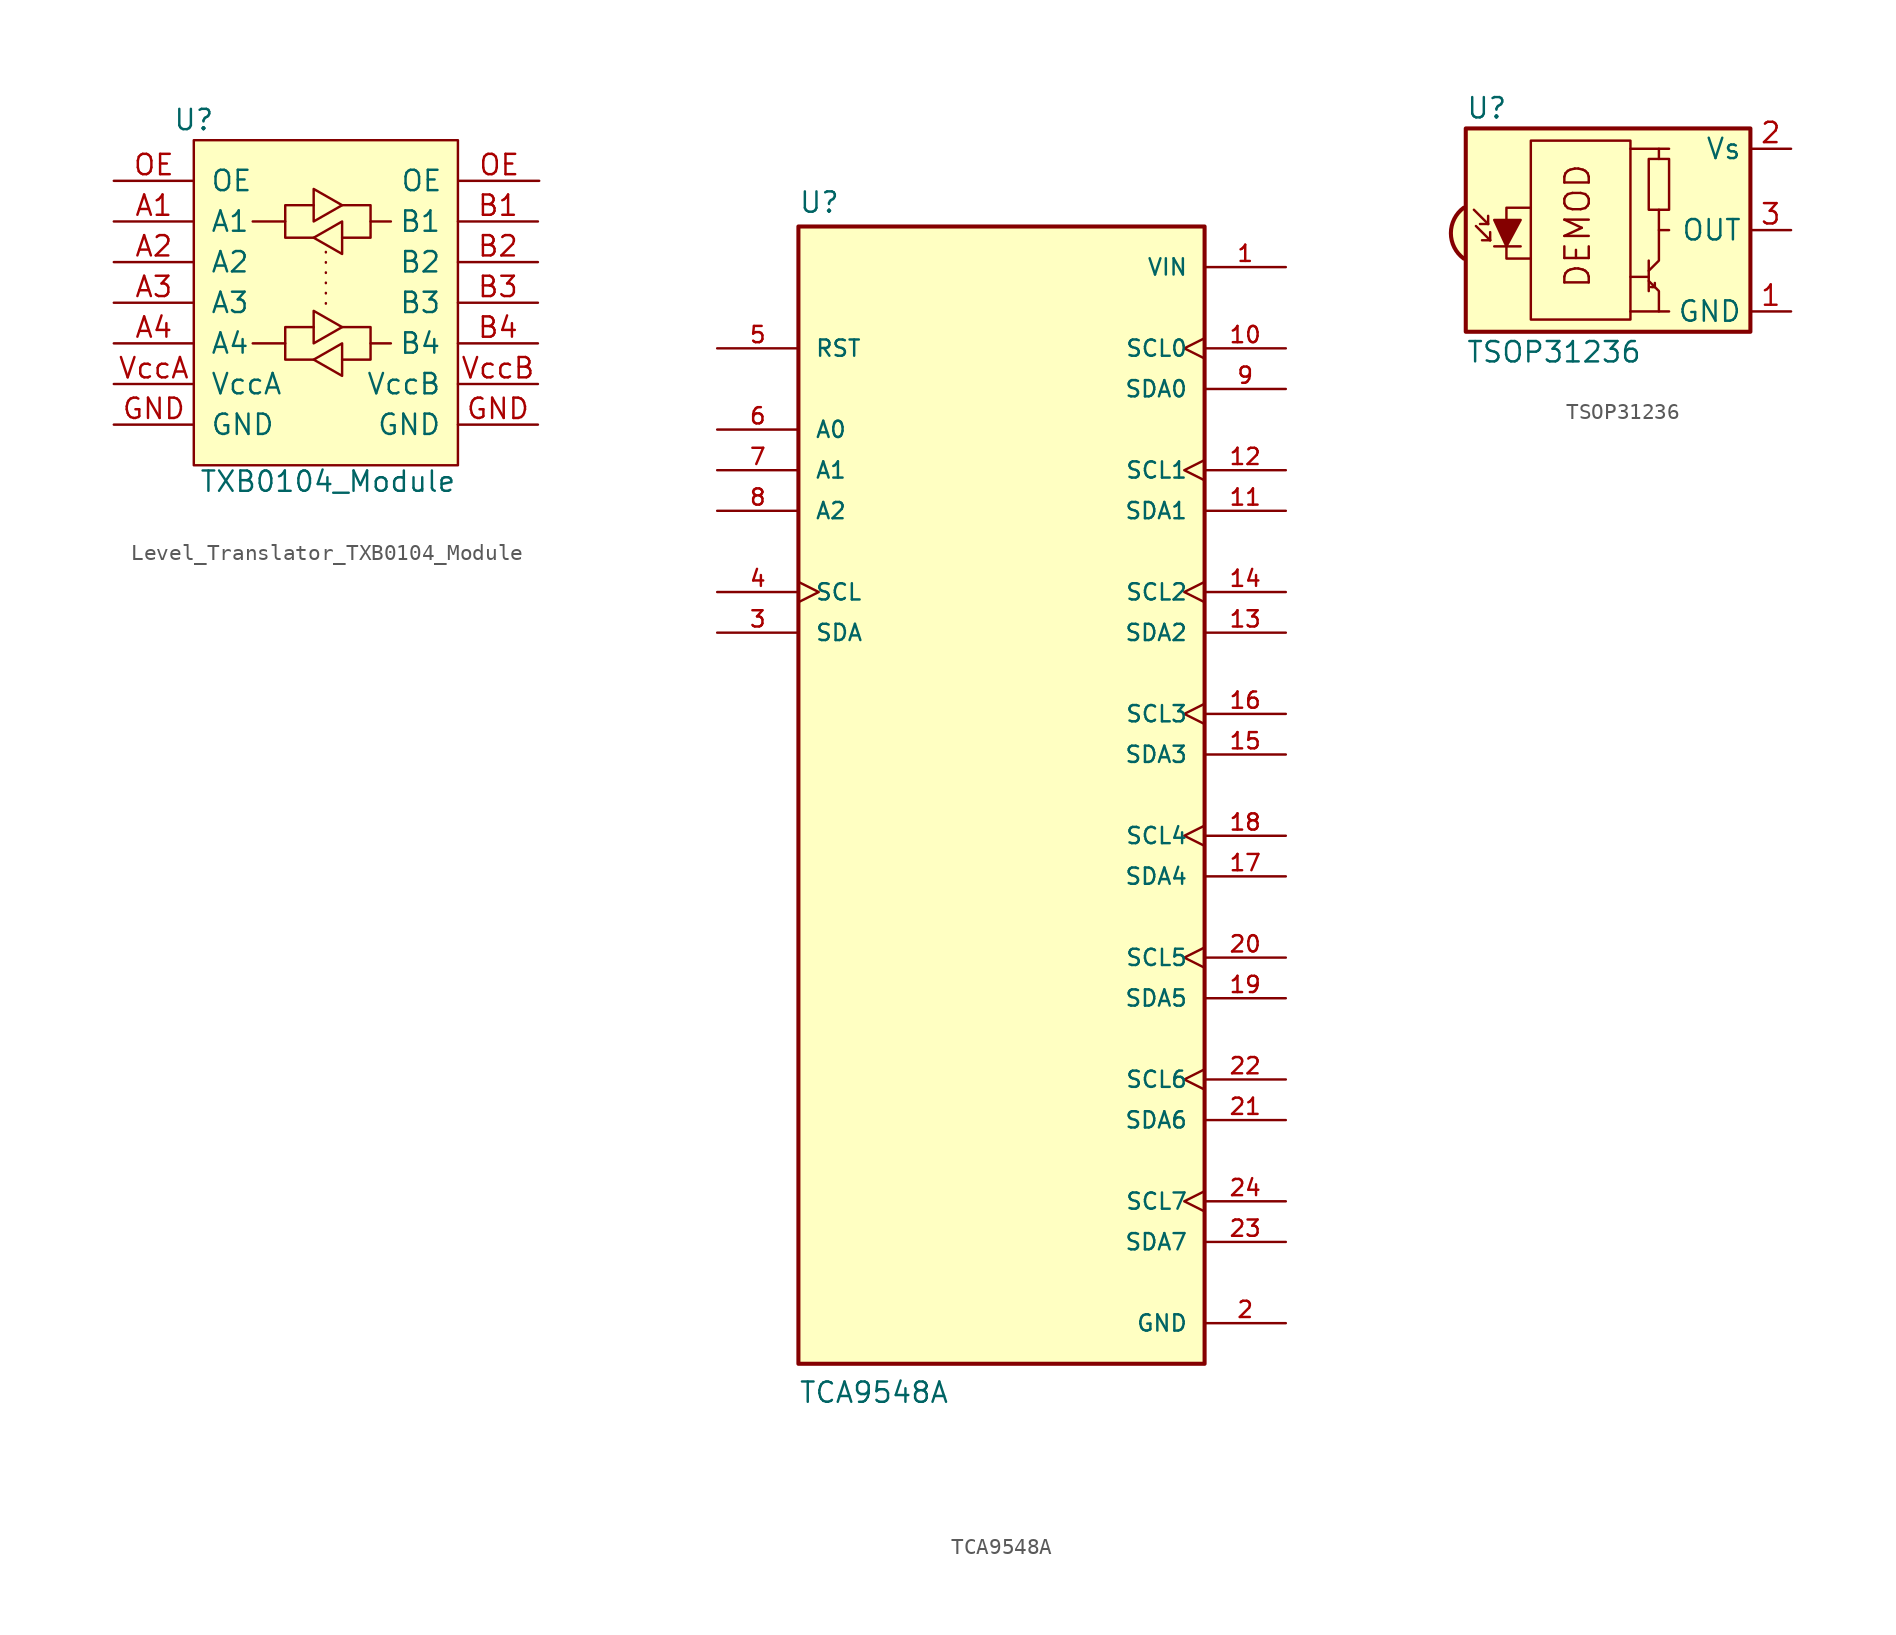
<source format=kicad_sym>
(kicad_symbol_lib
  (version 20241209)
  (generator "kicad_symbol_editor")
  (generator_version "9.0")
  (symbol "Level_Translator_TXB0104_Module"
    (pin_names
      (offset 1.016))
    (property "Reference" "U"
      (at 2.54 21.59 0)
      (effects (font (size 1.27 1.27))))
    (property "Value" "TXB0104_Module"
      (at 10.922 -1.016 0)
      (effects (font (size 1.27 1.27))))
    (symbol "Level_Translator_TXB0104_Module_0_1"
      (rectangle (start 2.54 20.32) (end 19.05 0) (stroke (width 0) (type default)) (fill (type background)))
      (polyline (pts (xy 8.255 15.24) (xy 8.255 16.256) (xy 10.033 16.256)) (stroke (width 0) (type default)) (fill (type none)))
      (polyline (pts (xy 8.255 7.62) (xy 8.255 8.636) (xy 10.033 8.636)) (stroke (width 0) (type default)) (fill (type none)))
      (polyline (pts (xy 10.033 15.24) (xy 10.033 17.272) (xy 11.811 16.256) (xy 10.033 15.24)) (stroke (width 0) (type default)) (fill (type none)))
      (polyline (pts (xy 10.033 14.224) (xy 8.255 14.224) (xy 8.255 15.24) (xy 6.223 15.24)) (stroke (width 0) (type default)) (fill (type none)))
      (polyline (pts (xy 10.033 7.62) (xy 10.033 9.652) (xy 11.811 8.636) (xy 10.033 7.62)) (stroke (width 0) (type default)) (fill (type none)))
      (polyline (pts (xy 10.033 6.604) (xy 8.255 6.604) (xy 8.255 7.62) (xy 6.223 7.62)) (stroke (width 0) (type default)) (fill (type none)))
      (polyline (pts (xy 11.811 16.256) (xy 13.589 16.256) (xy 13.589 15.24) (xy 14.859 15.24)) (stroke (width 0) (type default)) (fill (type none)))
      (polyline (pts (xy 11.811 15.24) (xy 11.811 13.462) (xy 11.811 13.208) (xy 10.033 14.224) (xy 11.811 15.24)) (stroke (width 0) (type default)) (fill (type none)))
      (polyline (pts (xy 11.811 8.636) (xy 13.589 8.636) (xy 13.589 7.62) (xy 14.859 7.62)) (stroke (width 0) (type default)) (fill (type none)))
      (polyline (pts (xy 11.811 7.62) (xy 11.811 5.842) (xy 11.811 5.588) (xy 10.033 6.604) (xy 11.811 7.62)) (stroke (width 0) (type default)) (fill (type none)))
      (polyline (pts (xy 13.589 15.24) (xy 13.589 14.224) (xy 11.811 14.224)) (stroke (width 0) (type default)) (fill (type none)))
      (polyline (pts (xy 13.589 7.62) (xy 13.589 6.604) (xy 11.811 6.604)) (stroke (width 0) (type default)) (fill (type none))))
    (symbol "Level_Translator_TXB0104_Module_1_1"
      (polyline (pts (xy 10.795 13.335) (xy 10.795 9.525)) (stroke (width 0) (type dot)) (fill (type none)))
      (pin input line (at -2.46 17.78 0) (length 5) (name "OE" (effects (font (size 1.27 1.27)))) (number "OE" (effects (font (size 1.27 1.27)))))
      (pin input line (at -2.46 15.24 0) (length 5) (name "A1" (effects (font (size 1.27 1.27)))) (number "A1" (effects (font (size 1.27 1.27)))))
      (pin input line (at -2.46 12.7 0) (length 5) (name "A2" (effects (font (size 1.27 1.27)))) (number "A2" (effects (font (size 1.27 1.27)))))
      (pin input line (at -2.46 10.16 0) (length 5) (name "A3" (effects (font (size 1.27 1.27)))) (number "A3" (effects (font (size 1.27 1.27)))))
      (pin input line (at -2.46 7.62 0) (length 5) (name "A4" (effects (font (size 1.27 1.27)))) (number "A4" (effects (font (size 1.27 1.27)))))
      (pin input line (at -2.46 5.08 0) (length 5) (name "VccA" (effects (font (size 1.27 1.27)))) (number "VccA" (effects (font (size 1.27 1.27)))))
      (pin input line (at -2.46 2.54 0) (length 5) (name "GND" (effects (font (size 1.27 1.27)))) (number "GND" (effects (font (size 1.27 1.27)))))
      (pin input line (at 24.05 15.24 180) (length 5) (name "B1" (effects (font (size 1.27 1.27)))) (number "B1" (effects (font (size 1.27 1.27)))))
      (pin input line (at 24.05 12.7 180) (length 5) (name "B2" (effects (font (size 1.27 1.27)))) (number "B2" (effects (font (size 1.27 1.27)))))
      (pin input line (at 24.05 10.16 180) (length 5) (name "B3" (effects (font (size 1.27 1.27)))) (number "B3" (effects (font (size 1.27 1.27)))))
      (pin input line (at 24.05 7.62 180) (length 5) (name "B4" (effects (font (size 1.27 1.27)))) (number "B4" (effects (font (size 1.27 1.27)))))
      (pin input line (at 24.05 5.08 180) (length 5) (name "VccB" (effects (font (size 1.27 1.27)))) (number "VccB" (effects (font (size 1.27 1.27)))))
      (pin input line (at 24.05 2.54 180) (length 5) (name "GND" (effects (font (size 1.27 1.27)))) (number "GND" (effects (font (size 1.27 1.27)))))
      (pin input line (at 24.13 17.78 180) (length 5) (name "OE" (effects (font (size 1.27 1.27)))) (number "OE" (effects (font (size 1.27 1.27)))))))
  (symbol "TCA9548A"
    (pin_names
      (offset 1.016))
    (property "Reference" "U"
      (at -12.7 36.322 0)
      (effects (font (size 1.27 1.27)) (justify left bottom)))
    (property "Value" "TCA9548A"
      (at -12.7 -38.1 0)
      (effects (font (size 1.27 1.27)) (justify left bottom)))
    (symbol "TCA9548A_0_0"
      (rectangle (start -12.7 -35.56) (end 12.7 35.56) (stroke (width 0.254) (type default)) (fill (type background)))
      (pin input line (at -17.78 27.94 0) (length 5.08) (name "RST" (effects (font (size 1.016 1.016)))) (number "5" (effects (font (size 1.016 1.016)))))
      (pin input line (at -17.78 22.86 0) (length 5.08) (name "A0" (effects (font (size 1.016 1.016)))) (number "6" (effects (font (size 1.016 1.016)))))
      (pin input line (at -17.78 20.32 0) (length 5.08) (name "A1" (effects (font (size 1.016 1.016)))) (number "7" (effects (font (size 1.016 1.016)))))
      (pin input line (at -17.78 17.78 0) (length 5.08) (name "A2" (effects (font (size 1.016 1.016)))) (number "8" (effects (font (size 1.016 1.016)))))
      (pin input clock (at -17.78 12.7 0) (length 5.08) (name "SCL" (effects (font (size 1.016 1.016)))) (number "4" (effects (font (size 1.016 1.016)))))
      (pin bidirectional line (at -17.78 10.16 0) (length 5.08) (name "SDA" (effects (font (size 1.016 1.016)))) (number "3" (effects (font (size 1.016 1.016)))))
      (pin power_in line (at 17.78 33.02 180) (length 5.08) (name "VIN" (effects (font (size 1.016 1.016)))) (number "1" (effects (font (size 1.016 1.016)))))
      (pin output clock (at 17.78 27.94 180) (length 5.08) (name "SCL0" (effects (font (size 1.016 1.016)))) (number "10" (effects (font (size 1.016 1.016)))))
      (pin bidirectional line (at 17.78 25.4 180) (length 5.08) (name "SDA0" (effects (font (size 1.016 1.016)))) (number "9" (effects (font (size 1.016 1.016)))))
      (pin output clock (at 17.78 20.32 180) (length 5.08) (name "SCL1" (effects (font (size 1.016 1.016)))) (number "12" (effects (font (size 1.016 1.016)))))
      (pin bidirectional line (at 17.78 17.78 180) (length 5.08) (name "SDA1" (effects (font (size 1.016 1.016)))) (number "11" (effects (font (size 1.016 1.016)))))
      (pin output clock (at 17.78 12.7 180) (length 5.08) (name "SCL2" (effects (font (size 1.016 1.016)))) (number "14" (effects (font (size 1.016 1.016)))))
      (pin bidirectional line (at 17.78 10.16 180) (length 5.08) (name "SDA2" (effects (font (size 1.016 1.016)))) (number "13" (effects (font (size 1.016 1.016)))))
      (pin output clock (at 17.78 5.08 180) (length 5.08) (name "SCL3" (effects (font (size 1.016 1.016)))) (number "16" (effects (font (size 1.016 1.016)))))
      (pin bidirectional line (at 17.78 2.54 180) (length 5.08) (name "SDA3" (effects (font (size 1.016 1.016)))) (number "15" (effects (font (size 1.016 1.016)))))
      (pin output clock (at 17.78 -2.54 180) (length 5.08) (name "SCL4" (effects (font (size 1.016 1.016)))) (number "18" (effects (font (size 1.016 1.016)))))
      (pin bidirectional line (at 17.78 -5.08 180) (length 5.08) (name "SDA4" (effects (font (size 1.016 1.016)))) (number "17" (effects (font (size 1.016 1.016)))))
      (pin output clock (at 17.78 -10.16 180) (length 5.08) (name "SCL5" (effects (font (size 1.016 1.016)))) (number "20" (effects (font (size 1.016 1.016)))))
      (pin bidirectional line (at 17.78 -12.7 180) (length 5.08) (name "SDA5" (effects (font (size 1.016 1.016)))) (number "19" (effects (font (size 1.016 1.016)))))
      (pin output clock (at 17.78 -17.78 180) (length 5.08) (name "SCL6" (effects (font (size 1.016 1.016)))) (number "22" (effects (font (size 1.016 1.016)))))
      (pin bidirectional line (at 17.78 -20.32 180) (length 5.08) (name "SDA6" (effects (font (size 1.016 1.016)))) (number "21" (effects (font (size 1.016 1.016)))))
      (pin output clock (at 17.78 -25.4 180) (length 5.08) (name "SCL7" (effects (font (size 1.016 1.016)))) (number "24" (effects (font (size 1.016 1.016)))))
      (pin bidirectional line (at 17.78 -27.94 180) (length 5.08) (name "SDA7" (effects (font (size 1.016 1.016)))) (number "23" (effects (font (size 1.016 1.016)))))
      (pin power_in line (at 17.78 -33.02 180) (length 5.08) (name "GND" (effects (font (size 1.016 1.016)))) (number "2" (effects (font (size 1.016 1.016)))))))
  (symbol "TSOP31236"
    (property "Reference" "U"
      (at -10.16 7.62 0)
      (effects (font (size 1.27 1.27)) (justify left)))
    (property "Value" "TSOP31236"
      (at -10.16 -7.62 0)
      (effects (font (size 1.27 1.27)) (justify left)))
    (symbol "TSOP31236_0_0"
      (arc (start -10.287 -1.778) (mid -11.0899 -0.1905) (end -10.287 1.397) (stroke (width 0.254) (type default)) (fill (type background)))
      (polyline (pts (xy 1.905 5.08) (xy 0.127 5.08)) (stroke (width 0) (type default)) (fill (type none)))
      (polyline (pts (xy 1.905 -5.08) (xy 0.127 -5.08)) (stroke (width 0) (type default)) (fill (type none)))
      (text "DEMOD" (at -3.175 0.254 900) (effects (font (size 1.524 1.524)))))
    (symbol "TSOP31236_0_1"
      (polyline (pts (xy -8.763 0.381) (xy -9.652 1.27)) (stroke (width 0) (type default)) (fill (type none)))
      (polyline (pts (xy -8.763 0.381) (xy -9.271 0.381)) (stroke (width 0) (type default)) (fill (type none)))
      (polyline (pts (xy -8.763 0.381) (xy -8.763 0.889)) (stroke (width 0) (type default)) (fill (type none)))
      (polyline (pts (xy -8.636 -0.635) (xy -9.525 0.254)) (stroke (width 0) (type default)) (fill (type none)))
      (polyline (pts (xy -8.636 -0.635) (xy -9.144 -0.635)) (stroke (width 0) (type default)) (fill (type none)))
      (polyline (pts (xy -8.636 -0.635) (xy -8.636 -0.127)) (stroke (width 0) (type default)) (fill (type none)))
      (polyline (pts (xy -8.382 0.635) (xy -6.731 0.635) (xy -7.62 -1.016) (xy -8.382 0.635)) (stroke (width 0) (type default)) (fill (type outline)))
      (polyline (pts (xy -8.382 -1.016) (xy -6.731 -1.016)) (stroke (width 0) (type default)) (fill (type none)))
      (rectangle (start -6.096 5.588) (end 0.127 -5.588) (stroke (width 0) (type default)) (fill (type none)))
      (polyline (pts (xy -6.096 1.397) (xy -7.62 1.397) (xy -7.62 -1.778) (xy -6.096 -1.778)) (stroke (width 0) (type default)) (fill (type none)))
      (polyline (pts (xy 1.27 -1.905) (xy 1.27 -3.81)) (stroke (width 0) (type default)) (fill (type none)))
      (polyline (pts (xy 1.27 -2.54) (xy 1.905 -1.905) (xy 1.905 0) (xy 2.54 0)) (stroke (width 0) (type default)) (fill (type none)))
      (polyline (pts (xy 1.27 -2.921) (xy 0.127 -2.921)) (stroke (width 0) (type default)) (fill (type none)))
      (polyline (pts (xy 1.27 -3.175) (xy 1.905 -3.81) (xy 1.905 -5.08) (xy 2.54 -5.08)) (stroke (width 0) (type default)) (fill (type none)))
      (polyline (pts (xy 1.397 -3.556) (xy 1.524 -3.556)) (stroke (width 0) (type default)) (fill (type none)))
      (polyline (pts (xy 1.651 -3.556) (xy 1.524 -3.556)) (stroke (width 0) (type default)) (fill (type none)))
      (polyline (pts (xy 1.651 -3.556) (xy 1.651 -3.302)) (stroke (width 0) (type default)) (fill (type none)))
      (polyline (pts (xy 1.905 4.445) (xy 1.905 5.08) (xy 2.54 5.08)) (stroke (width 0) (type default)) (fill (type none)))
      (polyline (pts (xy 1.905 0) (xy 1.905 1.27)) (stroke (width 0) (type default)) (fill (type none)))
      (rectangle (start 2.54 1.27) (end 1.27 4.445) (stroke (width 0) (type default)) (fill (type none)))
      (rectangle (start 7.62 6.35) (end -10.16 -6.35) (stroke (width 0.254) (type default)) (fill (type background))))
    (symbol "TSOP31236_1_1"
      (pin power_in line (at 10.16 5.08 180) (length 2.54) (name "Vs" (effects (font (size 1.27 1.27)))) (number "2" (effects (font (size 1.27 1.27)))))
      (pin output line (at 10.16 0 180) (length 2.54) (name "OUT" (effects (font (size 1.27 1.27)))) (number "3" (effects (font (size 1.27 1.27)))))
      (pin power_in line (at 10.16 -5.08 180) (length 2.54) (name "GND" (effects (font (size 1.27 1.27)))) (number "1" (effects (font (size 1.27 1.27))))))))
</source>
